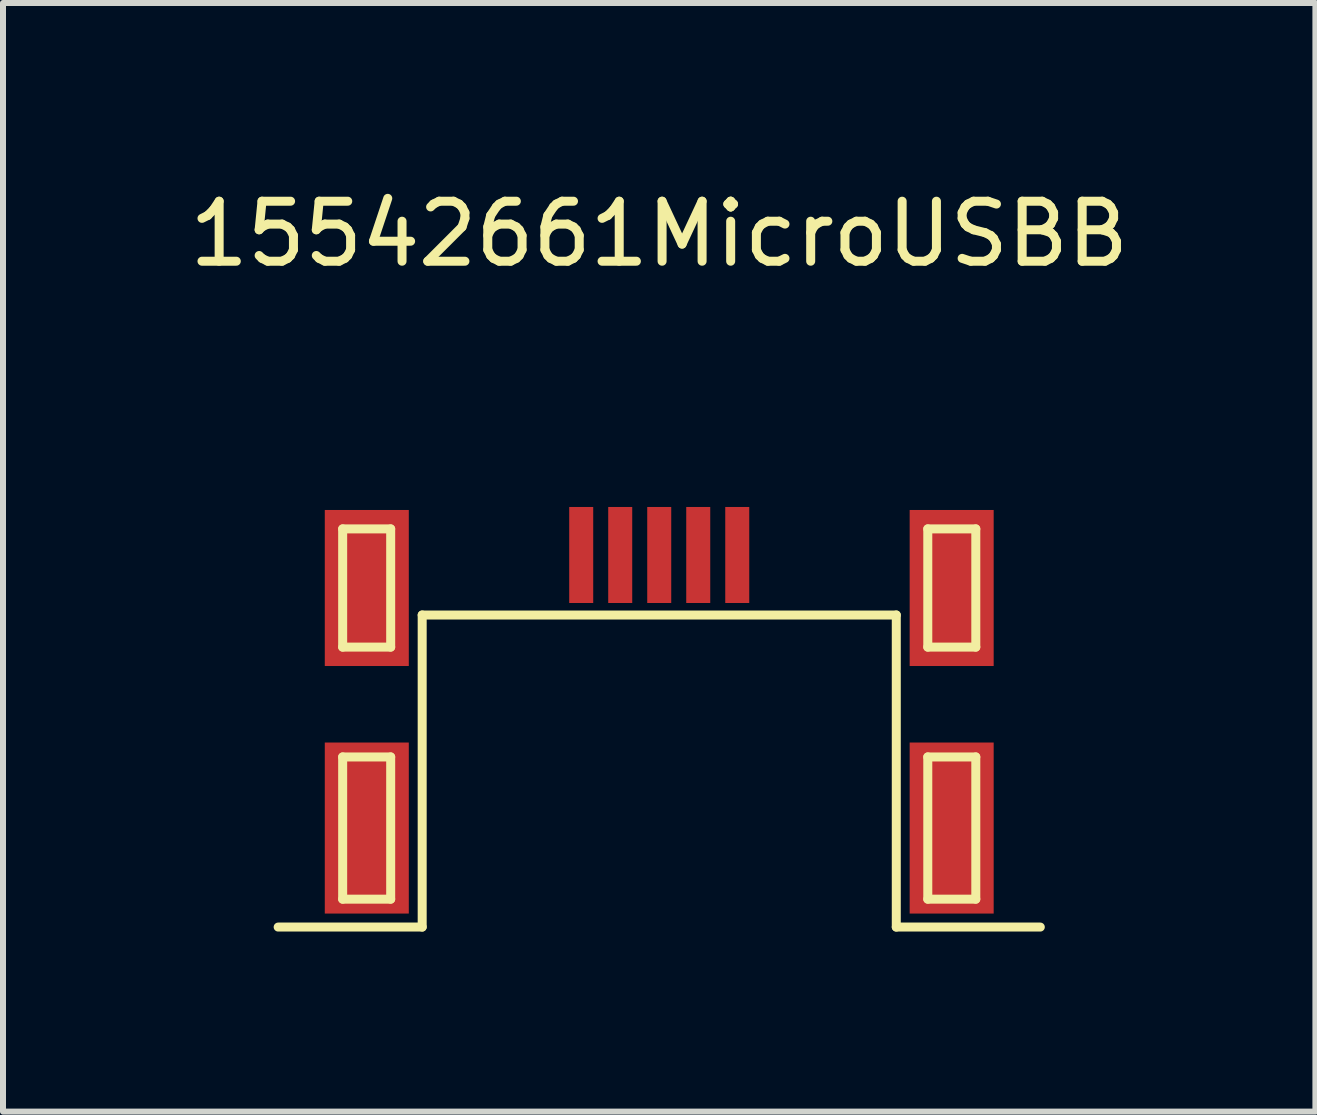
<source format=kicad_pcb>
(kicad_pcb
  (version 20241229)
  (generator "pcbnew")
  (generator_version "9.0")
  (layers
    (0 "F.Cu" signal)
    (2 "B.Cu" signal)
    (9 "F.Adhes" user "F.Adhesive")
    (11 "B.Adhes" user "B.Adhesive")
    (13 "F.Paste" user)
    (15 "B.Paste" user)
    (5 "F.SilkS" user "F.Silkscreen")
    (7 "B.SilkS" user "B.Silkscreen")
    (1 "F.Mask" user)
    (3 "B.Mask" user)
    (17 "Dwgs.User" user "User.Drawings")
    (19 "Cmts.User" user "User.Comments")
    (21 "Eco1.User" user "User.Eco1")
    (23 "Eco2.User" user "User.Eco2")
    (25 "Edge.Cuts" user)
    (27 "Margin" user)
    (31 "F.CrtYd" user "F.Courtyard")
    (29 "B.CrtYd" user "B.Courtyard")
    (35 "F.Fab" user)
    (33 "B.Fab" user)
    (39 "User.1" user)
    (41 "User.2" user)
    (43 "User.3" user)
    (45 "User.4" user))
  (footprint "15542661MicroUSBB"
    (layer "F.Cu")
    (at 7.935 7.198)
    (property "Reference" "15542661MicroUSBB" (at 0 -6.35 0) (layer "F.SilkS") (effects (font (size 1 1) (thickness 0.15))))
    (attr through_hole)
    (fp_line (start -5.275 -1.435) (end -5.275 0.535) (stroke (width 0.15) (type solid)) (layer "F.SilkS"))
    (fp_line (start -5.275 -1.435) (end -4.475 -1.435) (stroke (width 0.15) (type solid)) (layer "F.SilkS"))
    (fp_line (start -5.275 4.735) (end -5.275 2.365) (stroke (width 0.15) (type solid)) (layer "F.SilkS"))
    (fp_line (start -4.475 -1.435) (end -4.475 0.535) (stroke (width 0.15) (type solid)) (layer "F.SilkS"))
    (fp_line (start -4.475 0.535) (end -5.275 0.535) (stroke (width 0.15) (type solid)) (layer "F.SilkS"))
    (fp_line (start -4.475 2.365) (end -5.275 2.365) (stroke (width 0.15) (type solid)) (layer "F.SilkS"))
    (fp_line (start -4.475 4.735) (end -5.275 4.735) (stroke (width 0.15) (type solid)) (layer "F.SilkS"))
    (fp_line (start -4.475 4.735) (end -4.475 2.365) (stroke (width 0.15) (type solid)) (layer "F.SilkS"))
    (fp_line (start -3.95 0) (end -3.95 5.2) (stroke (width 0.15) (type solid)) (layer "F.SilkS"))
    (fp_line (start -3.95 0) (end 3.95 0) (stroke (width 0.15) (type solid)) (layer "F.SilkS"))
    (fp_line (start -3.95 5.2) (end -6.35 5.2) (stroke (width 0.15) (type solid)) (layer "F.SilkS"))
    (fp_line (start 3.95 0) (end 3.95 5.2) (stroke (width 0.15) (type solid)) (layer "F.SilkS"))
    (fp_line (start 3.95 5.2) (end 6.35 5.2) (stroke (width 0.15) (type solid)) (layer "F.SilkS"))
    (fp_line (start 4.475 -1.435) (end 4.475 0.535) (stroke (width 0.15) (type solid)) (layer "F.SilkS"))
    (fp_line (start 4.475 -1.435) (end 5.275 -1.435) (stroke (width 0.15) (type solid)) (layer "F.SilkS"))
    (fp_line (start 4.475 0.535) (end 5.275 0.535) (stroke (width 0.15) (type solid)) (layer "F.SilkS"))
    (fp_line (start 4.475 2.365) (end 4.475 4.735) (stroke (width 0.15) (type solid)) (layer "F.SilkS"))
    (fp_line (start 4.475 4.735) (end 5.275 4.735) (stroke (width 0.15) (type solid)) (layer "F.SilkS"))
    (fp_line (start 5.275 -1.435) (end 5.275 0.535) (stroke (width 0.15) (type solid)) (layer "F.SilkS"))
    (fp_line (start 5.275 2.365) (end 4.475 2.365) (stroke (width 0.15) (type solid)) (layer "F.SilkS"))
    (fp_line (start 5.275 2.365) (end 5.275 4.735) (stroke (width 0.15) (type solid)) (layer "F.SilkS"))
    (pad "1" smd rect (at 1.3 -1) (size 0.4 1.6) (layers "F.Cu" "F.Mask" "F.Paste"))
    (pad "2" smd rect (at 0.65 -1) (size 0.4 1.6) (layers "F.Cu" "F.Mask" "F.Paste"))
    (pad "3" smd rect (at 0 -1) (size 0.4 1.6) (layers "F.Cu" "F.Mask" "F.Paste"))
    (pad "4" smd rect (at -0.65 -1) (size 0.4 1.6) (layers "F.Cu" "F.Mask" "F.Paste"))
    (pad "5" smd rect (at -1.3 -1) (size 0.4 1.6) (layers "F.Cu" "F.Mask" "F.Paste"))
    (pad "6" smd rect (at -4.873 -0.45) (size 1.4 2.6) (layers "F.Cu" "F.Mask" "F.Paste"))
    (pad "7" smd rect (at 4.873 -0.45) (size 1.4 2.6) (layers "F.Cu" "F.Mask" "F.Paste"))
    (pad "8" smd rect (at -4.873 3.55) (size 1.4 2.85) (layers "F.Cu" "F.Mask" "F.Paste"))
    (pad "9" smd rect (at 4.873 3.55) (size 1.4 2.85) (layers "F.Cu" "F.Mask" "F.Paste")))
  (gr_rect
    (start -3 -3)
    (end 18.869 15.473)
    (stroke (width 0.1) (type default))
    (fill no)
    (layer "Edge.Cuts")))
</source>
